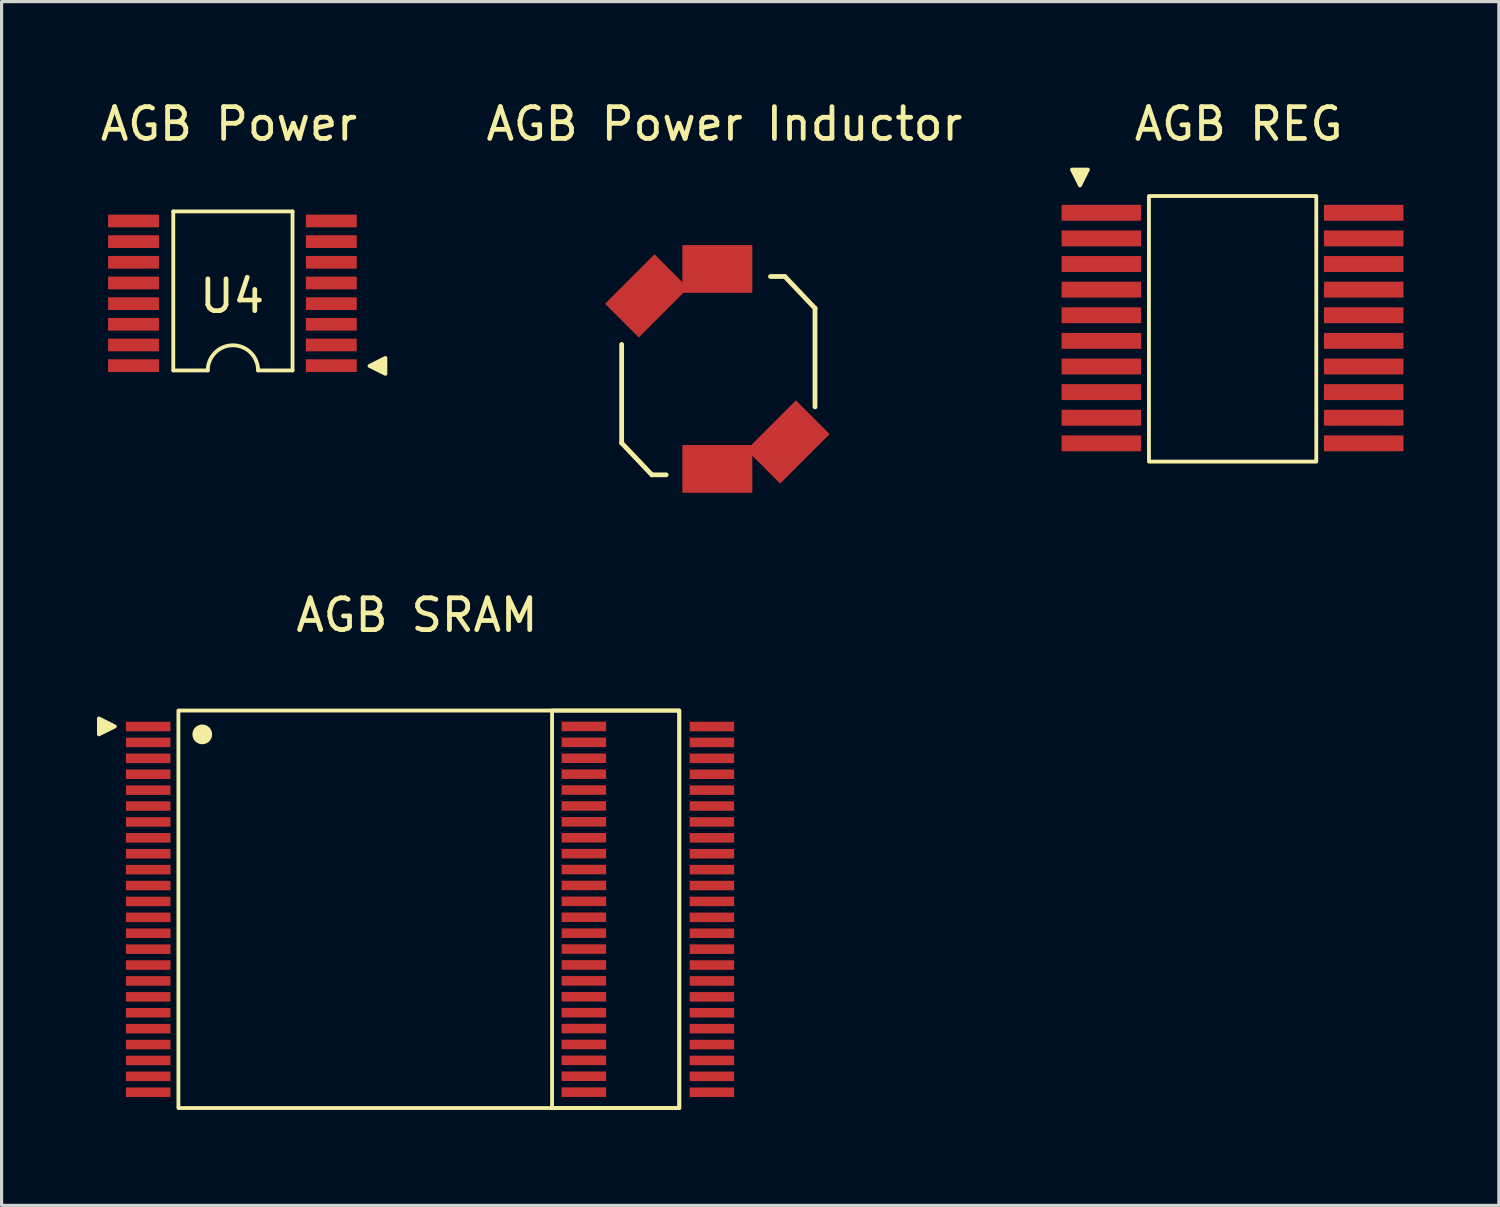
<source format=kicad_pcb>
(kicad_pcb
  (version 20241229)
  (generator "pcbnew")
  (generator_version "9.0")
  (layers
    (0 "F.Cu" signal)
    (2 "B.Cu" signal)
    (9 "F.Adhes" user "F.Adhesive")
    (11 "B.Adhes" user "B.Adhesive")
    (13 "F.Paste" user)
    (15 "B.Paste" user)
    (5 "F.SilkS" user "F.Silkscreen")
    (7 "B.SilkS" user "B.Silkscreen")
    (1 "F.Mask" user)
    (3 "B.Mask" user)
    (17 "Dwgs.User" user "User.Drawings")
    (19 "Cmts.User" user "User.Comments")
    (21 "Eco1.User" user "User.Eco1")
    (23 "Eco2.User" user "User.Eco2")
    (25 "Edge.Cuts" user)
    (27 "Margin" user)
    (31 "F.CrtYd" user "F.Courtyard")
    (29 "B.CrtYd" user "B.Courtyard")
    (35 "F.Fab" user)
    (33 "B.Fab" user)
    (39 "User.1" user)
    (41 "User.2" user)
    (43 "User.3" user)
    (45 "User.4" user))
  (footprint "AGB Power Inductor"
    (layer "F.Cu")
    (at 19.73 1.348)
    (property "Reference" "AGB Power Inductor" (at 0 -0.5 0) (unlocked yes) (layer "F.SilkS") (effects (font (size 1 1) (thickness 0.15))))
    (attr smd)
    (fp_line (start -3.232 9.533) (end -3.232 6.433) (stroke (width 0.15) (type default)) (layer "F.SilkS"))
    (fp_line (start -2.282 10.533) (end -3.232 9.533) (stroke (width 0.15) (type default)) (layer "F.SilkS"))
    (fp_line (start -1.832 10.533) (end -2.282 10.533) (stroke (width 0.15) (type default)) (layer "F.SilkS"))
    (fp_line (start 1.448 4.296) (end 1.898 4.296) (stroke (width 0.15) (type default)) (layer "F.SilkS"))
    (fp_line (start 1.898 4.296) (end 2.848 5.296) (stroke (width 0.15) (type default)) (layer "F.SilkS"))
    (fp_line (start 2.848 5.296) (end 2.848 8.396) (stroke (width 0.15) (type default)) (layer "F.SilkS"))
    (pad "1" smd rect (at -2.446 4.906 225) (size 2.2 1.5) (layers "F.Cu" "F.Mask" "F.Paste"))
    (pad "1" smd rect (at -0.223 4.059) (size 2.2 1.5) (layers "F.Cu" "F.Mask" "F.Paste"))
    (pad "2" smd rect (at -0.223 10.346 180) (size 2.2 1.5) (layers "F.Cu" "F.Mask" "F.Paste"))
    (pad "2" smd rect (at 2 9.5 45) (size 2.2 1.5) (layers "F.Cu" "F.Mask" "F.Paste")))
  (footprint "AGB SRAM"
    (layer "F.Cu")
    (at 9.81 22.543)
    (property "Reference" "AGB SRAM" (at 0.25 -6.25 0) (unlocked yes) (layer "F.SilkS") (effects (font (size 1 1) (thickness 0.15))))
    (attr smd)
    (fp_rect (start -7.25 -3.25) (end 8.5 9.25) (stroke (width 0.12) (type default)) (fill no) (layer "F.SilkS"))
    (fp_rect (start 8.5 9.25) (end 4.5 -3.25) (stroke (width 0.12) (type default)) (fill no) (layer "F.SilkS"))
    (fp_circle (center -6.5 -2.5) (end -6.25 -2.5) (stroke (width 0.12) (type solid)) (fill yes) (layer "F.SilkS"))
    (fp_poly (pts (xy -9.25 -2.75) (xy -9.75 -3) (xy -9.75 -2.5)) (stroke (width 0.12) (type solid)) (fill yes) (layer "F.SilkS"))
    (pad "1" smd rect (at -8.2 -2.747 270) (size 0.3 1.4) (layers "F.Cu" "F.Mask" "F.Paste"))
    (pad "2" smd rect (at -8.2 -2.247 270) (size 0.3 1.4) (layers "F.Cu" "F.Mask" "F.Paste"))
    (pad "3" smd rect (at -8.2 -1.747 270) (size 0.3 1.4) (layers "F.Cu" "F.Mask" "F.Paste"))
    (pad "4" smd rect (at -8.2 -1.247 270) (size 0.3 1.4) (layers "F.Cu" "F.Mask" "F.Paste"))
    (pad "5" smd rect (at -8.2 -0.747 270) (size 0.3 1.4) (layers "F.Cu" "F.Mask" "F.Paste"))
    (pad "6" smd rect (at -8.2 -0.247 270) (size 0.3 1.4) (layers "F.Cu" "F.Mask" "F.Paste"))
    (pad "7" smd rect (at -8.2 0.253 270) (size 0.3 1.4) (layers "F.Cu" "F.Mask" "F.Paste"))
    (pad "8" smd rect (at -8.2 0.753 270) (size 0.3 1.4) (layers "F.Cu" "F.Mask" "F.Paste"))
    (pad "9" smd rect (at -8.2 1.253 270) (size 0.3 1.4) (layers "F.Cu" "F.Mask" "F.Paste"))
    (pad "10" smd rect (at -8.2 1.753 270) (size 0.3 1.4) (layers "F.Cu" "F.Mask" "F.Paste"))
    (pad "11" smd rect (at -8.2 2.253 270) (size 0.3 1.4) (layers "F.Cu" "F.Mask" "F.Paste"))
    (pad "12" smd rect (at -8.2 2.753 270) (size 0.3 1.4) (layers "F.Cu" "F.Mask" "F.Paste"))
    (pad "13" smd rect (at -8.2 3.253 270) (size 0.3 1.4) (layers "F.Cu" "F.Mask" "F.Paste"))
    (pad "14" smd rect (at -8.2 3.753 270) (size 0.3 1.4) (layers "F.Cu" "F.Mask" "F.Paste"))
    (pad "15" smd rect (at -8.2 4.253 270) (size 0.3 1.4) (layers "F.Cu" "F.Mask" "F.Paste"))
    (pad "16" smd rect (at -8.2 4.753 270) (size 0.3 1.4) (layers "F.Cu" "F.Mask" "F.Paste"))
    (pad "17" smd rect (at -8.2 5.253 270) (size 0.3 1.4) (layers "F.Cu" "F.Mask" "F.Paste"))
    (pad "18" smd rect (at -8.2 5.753 270) (size 0.3 1.4) (layers "F.Cu" "F.Mask" "F.Paste"))
    (pad "19" smd rect (at -8.2 6.253 270) (size 0.3 1.4) (layers "F.Cu" "F.Mask" "F.Paste"))
    (pad "20" smd rect (at -8.2 6.753 270) (size 0.3 1.4) (layers "F.Cu" "F.Mask" "F.Paste"))
    (pad "21" smd rect (at -8.2 7.253 270) (size 0.3 1.4) (layers "F.Cu" "F.Mask" "F.Paste"))
    (pad "22" smd rect (at -8.2 7.753 270) (size 0.3 1.4) (layers "F.Cu" "F.Mask" "F.Paste"))
    (pad "23" smd rect (at -8.2 8.253 270) (size 0.3 1.4) (layers "F.Cu" "F.Mask" "F.Paste"))
    (pad "24" smd rect (at -8.2 8.753 270) (size 0.3 1.4) (layers "F.Cu" "F.Mask" "F.Paste"))
    (pad "25" smd rect (at 5.5 8.75 90) (size 0.3 1.4) (layers "F.Cu" "F.Mask" "F.Paste"))
    (pad "25" smd rect (at 9.526 8.753 90) (size 0.3 1.4) (layers "F.Cu" "F.Mask" "F.Paste"))
    (pad "26" smd rect (at 5.5 8.25 90) (size 0.3 1.4) (layers "F.Cu" "F.Mask" "F.Paste"))
    (pad "26" smd rect (at 9.526 8.253 90) (size 0.3 1.4) (layers "F.Cu" "F.Mask" "F.Paste"))
    (pad "27" smd rect (at 5.5 7.75 90) (size 0.3 1.4) (layers "F.Cu" "F.Mask" "F.Paste"))
    (pad "27" smd rect (at 9.526 7.753 90) (size 0.3 1.4) (layers "F.Cu" "F.Mask" "F.Paste"))
    (pad "28" smd rect (at 5.5 7.25 90) (size 0.3 1.4) (layers "F.Cu" "F.Mask" "F.Paste"))
    (pad "28" smd rect (at 9.526 7.253 90) (size 0.3 1.4) (layers "F.Cu" "F.Mask" "F.Paste"))
    (pad "29" smd rect (at 5.5 6.75 90) (size 0.3 1.4) (layers "F.Cu" "F.Mask" "F.Paste"))
    (pad "29" smd rect (at 9.526 6.753 90) (size 0.3 1.4) (layers "F.Cu" "F.Mask" "F.Paste"))
    (pad "30" smd rect (at 5.5 6.25 90) (size 0.3 1.4) (layers "F.Cu" "F.Mask" "F.Paste"))
    (pad "30" smd rect (at 9.526 6.253 90) (size 0.3 1.4) (layers "F.Cu" "F.Mask" "F.Paste"))
    (pad "31" smd rect (at 5.5 5.75 90) (size 0.3 1.4) (layers "F.Cu" "F.Mask" "F.Paste"))
    (pad "31" smd rect (at 9.526 5.753 90) (size 0.3 1.4) (layers "F.Cu" "F.Mask" "F.Paste"))
    (pad "32" smd rect (at 5.5 5.25 90) (size 0.3 1.4) (layers "F.Cu" "F.Mask" "F.Paste"))
    (pad "32" smd rect (at 9.526 5.253 90) (size 0.3 1.4) (layers "F.Cu" "F.Mask" "F.Paste"))
    (pad "33" smd rect (at 5.5 4.75 90) (size 0.3 1.4) (layers "F.Cu" "F.Mask" "F.Paste"))
    (pad "33" smd rect (at 9.526 4.753 90) (size 0.3 1.4) (layers "F.Cu" "F.Mask" "F.Paste"))
    (pad "34" smd rect (at 5.5 4.25 90) (size 0.3 1.4) (layers "F.Cu" "F.Mask" "F.Paste"))
    (pad "34" smd rect (at 9.526 4.253 90) (size 0.3 1.4) (layers "F.Cu" "F.Mask" "F.Paste"))
    (pad "35" smd rect (at 5.5 3.75 90) (size 0.3 1.4) (layers "F.Cu" "F.Mask" "F.Paste"))
    (pad "35" smd rect (at 9.526 3.753 90) (size 0.3 1.4) (layers "F.Cu" "F.Mask" "F.Paste"))
    (pad "36" smd rect (at 5.5 3.25 90) (size 0.3 1.4) (layers "F.Cu" "F.Mask" "F.Paste"))
    (pad "36" smd rect (at 9.526 3.253 90) (size 0.3 1.4) (layers "F.Cu" "F.Mask" "F.Paste"))
    (pad "37" smd rect (at 5.5 2.75 90) (size 0.3 1.4) (layers "F.Cu" "F.Mask" "F.Paste"))
    (pad "37" smd rect (at 9.526 2.753 90) (size 0.3 1.4) (layers "F.Cu" "F.Mask" "F.Paste"))
    (pad "38" smd rect (at 5.5 2.25 90) (size 0.3 1.4) (layers "F.Cu" "F.Mask" "F.Paste"))
    (pad "38" smd rect (at 9.526 2.253 90) (size 0.3 1.4) (layers "F.Cu" "F.Mask" "F.Paste"))
    (pad "39" smd rect (at 5.5 1.75 90) (size 0.3 1.4) (layers "F.Cu" "F.Mask" "F.Paste"))
    (pad "39" smd rect (at 9.526 1.753 90) (size 0.3 1.4) (layers "F.Cu" "F.Mask" "F.Paste"))
    (pad "40" smd rect (at 5.5 1.25 90) (size 0.3 1.4) (layers "F.Cu" "F.Mask" "F.Paste"))
    (pad "40" smd rect (at 9.526 1.253 90) (size 0.3 1.4) (layers "F.Cu" "F.Mask" "F.Paste"))
    (pad "41" smd rect (at 5.5 0.75 90) (size 0.3 1.4) (layers "F.Cu" "F.Mask" "F.Paste"))
    (pad "41" smd rect (at 9.526 0.753 90) (size 0.3 1.4) (layers "F.Cu" "F.Mask" "F.Paste"))
    (pad "42" smd rect (at 5.5 0.25 90) (size 0.3 1.4) (layers "F.Cu" "F.Mask" "F.Paste"))
    (pad "42" smd rect (at 9.526 0.253 90) (size 0.3 1.4) (layers "F.Cu" "F.Mask" "F.Paste"))
    (pad "43" smd rect (at 5.5 -0.25 90) (size 0.3 1.4) (layers "F.Cu" "F.Mask" "F.Paste"))
    (pad "43" smd rect (at 9.526 -0.247 90) (size 0.3 1.4) (layers "F.Cu" "F.Mask" "F.Paste"))
    (pad "44" smd rect (at 5.5 -0.75 90) (size 0.3 1.4) (layers "F.Cu" "F.Mask" "F.Paste"))
    (pad "44" smd rect (at 9.526 -0.747 90) (size 0.3 1.4) (layers "F.Cu" "F.Mask" "F.Paste"))
    (pad "45" smd rect (at 5.5 -1.25 90) (size 0.3 1.4) (layers "F.Cu" "F.Mask" "F.Paste"))
    (pad "45" smd rect (at 9.526 -1.247 90) (size 0.3 1.4) (layers "F.Cu" "F.Mask" "F.Paste"))
    (pad "46" smd rect (at 5.5 -1.75 90) (size 0.3 1.4) (layers "F.Cu" "F.Mask" "F.Paste"))
    (pad "46" smd rect (at 9.526 -1.747 90) (size 0.3 1.4) (layers "F.Cu" "F.Mask" "F.Paste"))
    (pad "47" smd rect (at 5.5 -2.25 90) (size 0.3 1.4) (layers "F.Cu" "F.Mask" "F.Paste"))
    (pad "47" smd rect (at 9.526 -2.247 90) (size 0.3 1.4) (layers "F.Cu" "F.Mask" "F.Paste"))
    (pad "48" smd rect (at 5.5 -2.75 90) (size 0.3 1.4) (layers "F.Cu" "F.Mask" "F.Paste"))
    (pad "48" smd rect (at 9.526 -2.747 90) (size 0.3 1.4) (layers "F.Cu" "F.Mask" "F.Paste")))
  (footprint "AGB Power"
    (layer "F.Cu")
    (at 4.149 4.348)
    (property "Reference" "AGB Power" (at 0 -3.5 0) (unlocked yes) (layer "F.SilkS") (effects (font (size 1 1) (thickness 0.15))))
    (attr smd)
    (fp_line (start -1.75 -0.75) (end 2 -0.75) (stroke (width 0.12) (type solid)) (layer "F.SilkS"))
    (fp_line (start -1.75 4.25) (end -1.75 -0.75) (stroke (width 0.12) (type solid)) (layer "F.SilkS"))
    (fp_line (start -1.75 4.25) (end -0.666 4.25) (stroke (width 0.12) (type solid)) (layer "F.SilkS"))
    (fp_line (start 2 -0.75) (end 2 4.25) (stroke (width 0.12) (type solid)) (layer "F.SilkS"))
    (fp_line (start 2 4.25) (end 0.916 4.25) (stroke (width 0.12) (type solid)) (layer "F.SilkS"))
    (fp_arc (start -0.665569 4.25) (mid 0.125 3.459431) (end 0.915569 4.25) (stroke (width 0.12) (type solid)) (layer "F.SilkS"))
    (fp_poly (pts (xy 4.42 4.108) (xy 4.92 4.358) (xy 4.92 3.858)) (stroke (width 0.12) (type solid)) (fill yes) (layer "F.SilkS"))
    (fp_text user "U4" (at -1 2.5 0) (unlocked yes) (layer "F.SilkS") (effects (font (size 1 1) (thickness 0.15)) (justify left bottom)))
    (pad "1" smd rect (at 3.219 4.1 180) (size 1.6 0.4) (layers "F.Cu" "F.Mask" "F.Paste"))
    (pad "2" smd rect (at 3.219 3.45 180) (size 1.6 0.4) (layers "F.Cu" "F.Mask" "F.Paste"))
    (pad "3" smd rect (at 3.219 2.8 180) (size 1.6 0.4) (layers "F.Cu" "F.Mask" "F.Paste"))
    (pad "4" smd rect (at 3.219 2.15 180) (size 1.6 0.4) (layers "F.Cu" "F.Mask" "F.Paste"))
    (pad "5" smd rect (at 3.219 1.5 180) (size 1.6 0.4) (layers "F.Cu" "F.Mask" "F.Paste"))
    (pad "6" smd rect (at 3.219 0.85 180) (size 1.6 0.4) (layers "F.Cu" "F.Mask" "F.Paste"))
    (pad "7" smd rect (at 3.219 0.2 180) (size 1.6 0.4) (layers "F.Cu" "F.Mask" "F.Paste"))
    (pad "8" smd rect (at 3.219 -0.45 180) (size 1.6 0.4) (layers "F.Cu" "F.Mask" "F.Paste"))
    (pad "9" smd rect (at -3 -0.45 180) (size 1.6 0.4) (layers "F.Cu" "F.Mask" "F.Paste"))
    (pad "10" smd rect (at -3 0.2 180) (size 1.6 0.4) (layers "F.Cu" "F.Mask" "F.Paste"))
    (pad "11" smd rect (at -3 0.85 180) (size 1.6 0.4) (layers "F.Cu" "F.Mask" "F.Paste"))
    (pad "12" smd rect (at -3 1.5 180) (size 1.6 0.4) (layers "F.Cu" "F.Mask" "F.Paste"))
    (pad "13" smd rect (at -3 2.15 180) (size 1.6 0.4) (layers "F.Cu" "F.Mask" "F.Paste"))
    (pad "14" smd rect (at -3 2.8 180) (size 1.6 0.4) (layers "F.Cu" "F.Mask" "F.Paste"))
    (pad "15" smd rect (at -3 3.45 180) (size 1.6 0.4) (layers "F.Cu" "F.Mask" "F.Paste"))
    (pad "16" smd rect (at -3 4.1 180) (size 1.6 0.4) (layers "F.Cu" "F.Mask" "F.Paste")))
  (footprint "AGB REG"
    (layer "F.Cu")
    (at 35.91 7.032)
    (property "Reference" "AGB REG" (at -0.011 -6.184 0) (unlocked yes) (layer "F.SilkS") (effects (font (size 1 1) (thickness 0.15))))
    (attr smd)
    (fp_rect (start -2.831 -3.918) (end 2.431 4.433) (stroke (width 0.12) (type default)) (fill no) (layer "F.SilkS"))
    (fp_poly (pts (xy -5 -4.25) (xy -4.75 -4.75) (xy -5.25 -4.75)) (stroke (width 0.12) (type solid)) (fill yes) (layer "F.SilkS"))
    (pad "1" smd rect (at -4.328 -3.391) (size 2.5 0.5) (layers "F.Cu" "F.Mask" "F.Paste"))
    (pad "2" smd rect (at -4.328 -2.585) (size 2.5 0.5) (layers "F.Cu" "F.Mask" "F.Paste"))
    (pad "3" smd rect (at -4.328 -1.78) (size 2.5 0.5) (layers "F.Cu" "F.Mask" "F.Paste"))
    (pad "4" smd rect (at -4.328 -0.974) (size 2.5 0.5) (layers "F.Cu" "F.Mask" "F.Paste"))
    (pad "5" smd rect (at -4.328 -0.169) (size 2.5 0.5) (layers "F.Cu" "F.Mask" "F.Paste"))
    (pad "6" smd rect (at -4.328 0.637) (size 2.5 0.5) (layers "F.Cu" "F.Mask" "F.Paste"))
    (pad "7" smd rect (at -4.328 1.443) (size 2.5 0.5) (layers "F.Cu" "F.Mask" "F.Paste"))
    (pad "8" smd rect (at -4.328 2.248) (size 2.5 0.5) (layers "F.Cu" "F.Mask" "F.Paste"))
    (pad "9" smd rect (at -4.328 3.054) (size 2.5 0.5) (layers "F.Cu" "F.Mask" "F.Paste"))
    (pad "10" smd rect (at 3.922 3.054) (size 2.5 0.5) (layers "F.Cu" "F.Mask" "F.Paste"))
    (pad "11" smd rect (at 3.922 2.248) (size 2.5 0.5) (layers "F.Cu" "F.Mask" "F.Paste"))
    (pad "12" smd rect (at 3.922 1.443) (size 2.5 0.5) (layers "F.Cu" "F.Mask" "F.Paste"))
    (pad "13" smd rect (at 3.922 0.637) (size 2.5 0.5) (layers "F.Cu" "F.Mask" "F.Paste"))
    (pad "14" smd rect (at 3.922 -0.169) (size 2.5 0.5) (layers "F.Cu" "F.Mask" "F.Paste"))
    (pad "15" smd rect (at 3.922 -0.974) (size 2.5 0.5) (layers "F.Cu" "F.Mask" "F.Paste"))
    (pad "16" smd rect (at 3.922 -1.78) (size 2.5 0.5) (layers "F.Cu" "F.Mask" "F.Paste"))
    (pad "17" smd rect (at 3.922 -2.585) (size 2.5 0.5) (layers "F.Cu" "F.Mask" "F.Paste"))
    (pad "18" smd rect (at 3.922 -3.391) (size 2.5 0.5) (layers "F.Cu" "F.Mask" "F.Paste"))
    (pad "NC" smd rect (at -4.328 3.859) (size 2.5 0.5) (layers "F.Cu" "F.Mask" "F.Paste"))
    (pad "NC" smd rect (at 3.922 3.859) (size 2.5 0.5) (layers "F.Cu" "F.Mask" "F.Paste")))
  (gr_rect
    (start -3 -3)
    (end 44.082 34.853)
    (stroke (width 0.1) (type default))
    (fill no)
    (layer "Edge.Cuts")))
</source>
